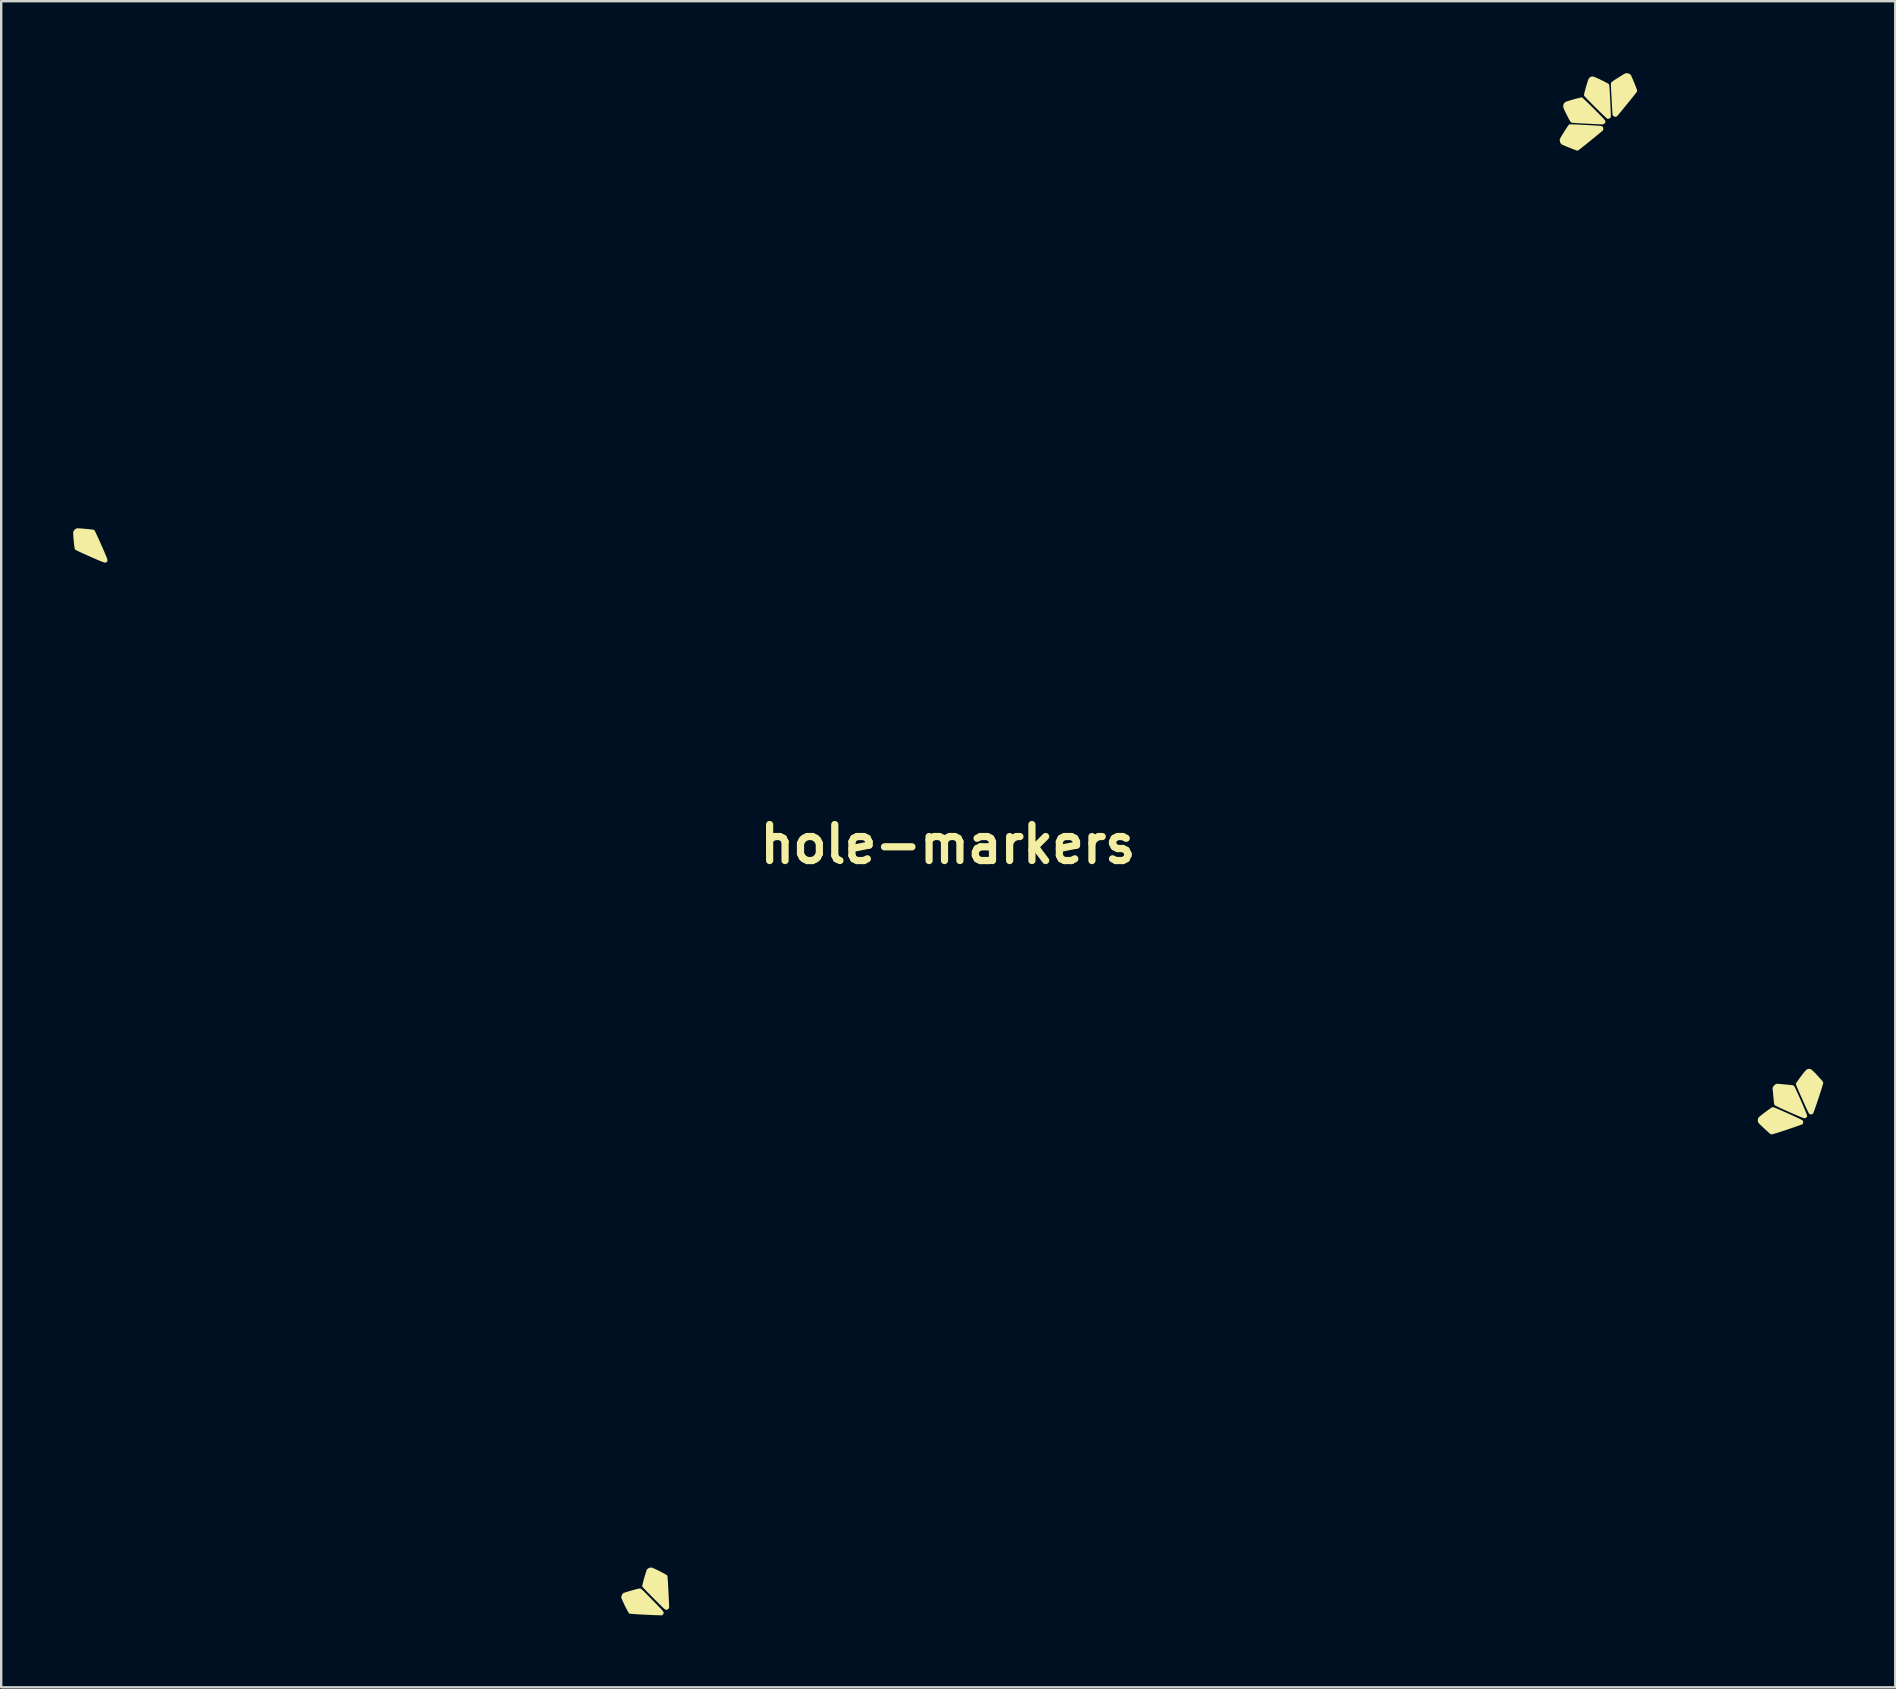
<source format=kicad_pcb>
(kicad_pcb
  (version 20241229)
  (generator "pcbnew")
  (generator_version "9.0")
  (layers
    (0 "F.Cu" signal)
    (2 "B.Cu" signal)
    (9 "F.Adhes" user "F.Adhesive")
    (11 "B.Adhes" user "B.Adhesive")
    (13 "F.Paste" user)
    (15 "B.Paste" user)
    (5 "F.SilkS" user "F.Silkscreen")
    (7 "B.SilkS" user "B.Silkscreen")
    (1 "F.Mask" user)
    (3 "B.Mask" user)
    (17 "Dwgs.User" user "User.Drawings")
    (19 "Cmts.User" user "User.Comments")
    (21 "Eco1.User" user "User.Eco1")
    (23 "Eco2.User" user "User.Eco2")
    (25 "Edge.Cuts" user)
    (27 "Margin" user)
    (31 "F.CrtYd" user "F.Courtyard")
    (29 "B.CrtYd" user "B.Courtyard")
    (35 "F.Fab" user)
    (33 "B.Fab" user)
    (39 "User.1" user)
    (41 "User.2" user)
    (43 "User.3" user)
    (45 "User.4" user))
  (footprint "hole-markers"
    (layer "F.Cu")
    (at 36.444 32.125)
    (property "Reference" "hole-markers" (at 0 0 0) (layer "F.SilkS") (effects (font (size 1.5 1.5) (thickness 0.3))))
    (attr board_only exclude_from_pos_files exclude_from_bom)
    (fp_poly (pts (xy 34.88 10.008) (xy 34.982 10.017) (xy 35.063 10.025) (xy 35.124 10.032) (xy 35.169 10.038) (xy 35.201 10.043) (xy 35.223 10.049) (xy 35.238 10.056) (xy 35.249 10.065) (xy 35.254 10.07) (xy 35.266 10.089) (xy 35.287 10.128) (xy 35.315 10.186) (xy 35.349 10.258) (xy 35.388 10.343) (xy 35.431 10.437) (xy 35.476 10.538) (xy 35.523 10.643) (xy 35.569 10.749) (xy 35.615 10.854) (xy 35.658 10.955) (xy 35.697 11.048) (xy 35.732 11.132) (xy 35.76 11.203) (xy 35.782 11.259) (xy 35.795 11.297) (xy 35.799 11.313) (xy 35.787 11.358) (xy 35.757 11.393) (xy 35.712 11.412) (xy 35.682 11.415) (xy 35.659 11.41) (xy 35.618 11.396) (xy 35.556 11.373) (xy 35.474 11.339) (xy 35.371 11.296) (xy 35.247 11.242) (xy 35.1 11.178) (xy 35.05 11.156) (xy 34.901 11.089) (xy 34.774 11.032) (xy 34.669 10.984) (xy 34.585 10.944) (xy 34.521 10.912) (xy 34.476 10.889) (xy 34.45 10.872) (xy 34.443 10.866) (xy 34.435 10.852) (xy 34.428 10.83) (xy 34.421 10.797) (xy 34.414 10.75) (xy 34.407 10.687) (xy 34.398 10.604) (xy 34.388 10.498) (xy 34.388 10.494) (xy 34.357 10.154) (xy 34.386 10.096) (xy 34.419 10.048) (xy 34.464 10.013) (xy 34.476 10.007) (xy 34.535 9.976)) (stroke (width 0) (type solid)) (fill yes) (layer "F.SilkS"))
    (fp_poly (pts (xy 34.37 10.951) (xy 34.391 10.956) (xy 34.423 10.966) (xy 34.467 10.983) (xy 34.524 11.006) (xy 34.598 11.037) (xy 34.688 11.076) (xy 34.797 11.125) (xy 34.927 11.182) (xy 34.982 11.207) (xy 35.098 11.259) (xy 35.208 11.309) (xy 35.308 11.356) (xy 35.398 11.398) (xy 35.475 11.434) (xy 35.536 11.464) (xy 35.578 11.486) (xy 35.601 11.499) (xy 35.603 11.501) (xy 35.627 11.54) (xy 35.635 11.587) (xy 35.625 11.633) (xy 35.61 11.657) (xy 35.594 11.666) (xy 35.556 11.682) (xy 35.499 11.703) (xy 35.427 11.729) (xy 35.342 11.76) (xy 35.246 11.793) (xy 35.143 11.828) (xy 35.035 11.865) (xy 34.926 11.902) (xy 34.817 11.938) (xy 34.712 11.972) (xy 34.613 12.004) (xy 34.524 12.032) (xy 34.447 12.055) (xy 34.385 12.073) (xy 34.341 12.085) (xy 34.317 12.09) (xy 34.316 12.09) (xy 34.283 12.081) (xy 34.242 12.053) (xy 34.215 12.029) (xy 34.095 11.92) (xy 33.993 11.826) (xy 33.91 11.747) (xy 33.846 11.685) (xy 33.8 11.639) (xy 33.773 11.609) (xy 33.768 11.602) (xy 33.748 11.553) (xy 33.742 11.493) (xy 33.751 11.434) (xy 33.768 11.394) (xy 33.786 11.374) (xy 33.82 11.343) (xy 33.869 11.302) (xy 33.928 11.255) (xy 33.993 11.204) (xy 34.062 11.152) (xy 34.131 11.101) (xy 34.197 11.053) (xy 34.256 11.012) (xy 34.305 10.979) (xy 34.34 10.958) (xy 34.357 10.95)) (stroke (width 0) (type solid)) (fill yes) (layer "F.SilkS"))
    (fp_poly (pts (xy -12.83 31.007) (xy -12.818 31.008) (xy -12.806 31.012) (xy -12.791 31.019) (xy -12.773 31.032) (xy -12.749 31.051) (xy -12.719 31.079) (xy -12.68 31.115) (xy -12.632 31.163) (xy -12.573 31.222) (xy -12.502 31.295) (xy -12.416 31.382) (xy -12.315 31.485) (xy -12.254 31.549) (xy -12.153 31.651) (xy -12.07 31.738) (xy -12.001 31.809) (xy -11.946 31.868) (xy -11.905 31.915) (xy -11.874 31.953) (xy -11.855 31.983) (xy -11.844 32.007) (xy -11.841 32.027) (xy -11.845 32.044) (xy -11.854 32.06) (xy -11.868 32.077) (xy -11.875 32.086) (xy -11.908 32.125) (xy -12.044 32.123) (xy -12.086 32.122) (xy -12.151 32.12) (xy -12.233 32.117) (xy -12.331 32.112) (xy -12.439 32.107) (xy -12.555 32.102) (xy -12.674 32.096) (xy -12.713 32.094) (xy -12.868 32.086) (xy -12.999 32.078) (xy -13.105 32.07) (xy -13.185 32.064) (xy -13.241 32.058) (xy -13.271 32.052) (xy -13.276 32.05) (xy -13.291 32.033) (xy -13.316 31.997) (xy -13.346 31.944) (xy -13.382 31.879) (xy -13.42 31.806) (xy -13.458 31.729) (xy -13.496 31.65) (xy -13.532 31.574) (xy -13.562 31.505) (xy -13.587 31.446) (xy -13.603 31.401) (xy -13.609 31.374) (xy -13.609 31.374) (xy -13.6 31.318) (xy -13.576 31.262) (xy -13.544 31.217) (xy -13.524 31.201) (xy -13.501 31.19) (xy -13.457 31.175) (xy -13.397 31.155) (xy -13.325 31.133) (xy -13.246 31.109) (xy -13.163 31.086) (xy -13.082 31.063) (xy -13.005 31.043) (xy -12.938 31.026) (xy -12.885 31.014) (xy -12.85 31.007) (xy -12.842 31.007)) (stroke (width 0) (type solid)) (fill yes) (layer "F.SilkS"))
    (fp_poly (pts (xy -12.348 30.134) (xy -12.32 30.143) (xy -12.275 30.161) (xy -12.216 30.187) (xy -12.147 30.219) (xy -12.072 30.256) (xy -11.995 30.294) (xy -11.92 30.333) (xy -11.85 30.37) (xy -11.788 30.404) (xy -11.74 30.433) (xy -11.708 30.454) (xy -11.697 30.464) (xy -11.692 30.475) (xy -11.687 30.496) (xy -11.683 30.528) (xy -11.678 30.573) (xy -11.673 30.633) (xy -11.668 30.711) (xy -11.662 30.807) (xy -11.656 30.923) (xy -11.648 31.063) (xy -11.645 31.122) (xy -11.639 31.247) (xy -11.633 31.365) (xy -11.628 31.474) (xy -11.623 31.571) (xy -11.619 31.653) (xy -11.616 31.717) (xy -11.615 31.762) (xy -11.614 31.785) (xy -11.614 31.786) (xy -11.625 31.828) (xy -11.655 31.864) (xy -11.697 31.889) (xy -11.736 31.896) (xy -11.747 31.896) (xy -11.759 31.893) (xy -11.773 31.887) (xy -11.79 31.875) (xy -11.812 31.858) (xy -11.842 31.832) (xy -11.879 31.797) (xy -11.927 31.752) (xy -11.986 31.694) (xy -12.058 31.623) (xy -12.144 31.536) (xy -12.247 31.434) (xy -12.257 31.424) (xy -12.353 31.328) (xy -12.441 31.238) (xy -12.521 31.157) (xy -12.591 31.084) (xy -12.649 31.023) (xy -12.693 30.975) (xy -12.723 30.94) (xy -12.737 30.922) (xy -12.738 30.92) (xy -12.737 30.899) (xy -12.729 30.857) (xy -12.716 30.8) (xy -12.698 30.73) (xy -12.677 30.651) (xy -12.654 30.569) (xy -12.63 30.487) (xy -12.607 30.408) (xy -12.585 30.337) (xy -12.565 30.279) (xy -12.549 30.236) (xy -12.538 30.213) (xy -12.497 30.174) (xy -12.442 30.146) (xy -12.382 30.133)) (stroke (width 0) (type solid)) (fill yes) (layer "F.SilkS"))
    (fp_poly (pts (xy 26.433 -31.106) (xy 26.463 -31.079) (xy 26.509 -31.038) (xy 26.567 -30.983) (xy 26.636 -30.917) (xy 26.714 -30.84) (xy 26.8 -30.756) (xy 26.892 -30.664) (xy 26.922 -30.635) (xy 27.028 -30.528) (xy 27.118 -30.437) (xy 27.193 -30.361) (xy 27.254 -30.299) (xy 27.301 -30.248) (xy 27.338 -30.207) (xy 27.364 -30.174) (xy 27.381 -30.148) (xy 27.391 -30.127) (xy 27.395 -30.109) (xy 27.393 -30.093) (xy 27.388 -30.077) (xy 27.38 -30.06) (xy 27.38 -30.059) (xy 27.35 -30.022) (xy 27.304 -29.998) (xy 27.253 -29.991) (xy 27.232 -29.992) (xy 27.188 -29.994) (xy 27.124 -29.997) (xy 27.044 -30.001) (xy 26.948 -30.006) (xy 26.84 -30.011) (xy 26.723 -30.017) (xy 26.601 -30.023) (xy 26.458 -30.031) (xy 26.338 -30.037) (xy 26.24 -30.043) (xy 26.16 -30.048) (xy 26.097 -30.052) (xy 26.049 -30.057) (xy 26.013 -30.061) (xy 25.988 -30.065) (xy 25.971 -30.07) (xy 25.96 -30.075) (xy 25.959 -30.076) (xy 25.942 -30.096) (xy 25.915 -30.139) (xy 25.878 -30.203) (xy 25.833 -30.288) (xy 25.782 -30.39) (xy 25.737 -30.481) (xy 25.702 -30.552) (xy 25.677 -30.607) (xy 25.658 -30.649) (xy 25.647 -30.682) (xy 25.64 -30.709) (xy 25.637 -30.733) (xy 25.636 -30.754) (xy 25.643 -30.819) (xy 25.667 -30.87) (xy 25.713 -30.914) (xy 25.726 -30.924) (xy 25.751 -30.935) (xy 25.795 -30.952) (xy 25.855 -30.971) (xy 25.926 -30.993) (xy 26.004 -31.016) (xy 26.086 -31.04) (xy 26.167 -31.062) (xy 26.243 -31.082) (xy 26.311 -31.098) (xy 26.365 -31.11) (xy 26.403 -31.116) (xy 26.418 -31.117)) (stroke (width 0) (type solid)) (fill yes) (layer "F.SilkS"))
    (fp_poly (pts (xy 26.896 -31.98) (xy 26.943 -31.965) (xy 27.001 -31.942) (xy 27.074 -31.909) (xy 27.166 -31.866) (xy 27.221 -31.839) (xy 27.332 -31.785) (xy 27.419 -31.739) (xy 27.483 -31.704) (xy 27.524 -31.678) (xy 27.541 -31.663) (xy 27.546 -31.652) (xy 27.551 -31.633) (xy 27.555 -31.604) (xy 27.559 -31.563) (xy 27.564 -31.509) (xy 27.569 -31.438) (xy 27.574 -31.35) (xy 27.58 -31.242) (xy 27.587 -31.113) (xy 27.594 -30.981) (xy 27.6 -30.854) (xy 27.605 -30.734) (xy 27.61 -30.623) (xy 27.614 -30.525) (xy 27.616 -30.441) (xy 27.618 -30.374) (xy 27.619 -30.327) (xy 27.619 -30.302) (xy 27.618 -30.3) (xy 27.598 -30.266) (xy 27.562 -30.24) (xy 27.519 -30.225) (xy 27.477 -30.225) (xy 27.469 -30.228) (xy 27.453 -30.24) (xy 27.421 -30.268) (xy 27.376 -30.31) (xy 27.319 -30.364) (xy 27.254 -30.427) (xy 27.18 -30.498) (xy 27.102 -30.575) (xy 27.021 -30.655) (xy 26.939 -30.736) (xy 26.859 -30.817) (xy 26.782 -30.895) (xy 26.71 -30.967) (xy 26.646 -31.033) (xy 26.592 -31.089) (xy 26.55 -31.134) (xy 26.522 -31.166) (xy 26.509 -31.182) (xy 26.509 -31.182) (xy 26.504 -31.196) (xy 26.502 -31.211) (xy 26.503 -31.231) (xy 26.507 -31.259) (xy 26.515 -31.298) (xy 26.529 -31.351) (xy 26.548 -31.421) (xy 26.573 -31.511) (xy 26.583 -31.549) (xy 26.614 -31.656) (xy 26.639 -31.741) (xy 26.661 -31.808) (xy 26.68 -31.858) (xy 26.698 -31.896) (xy 26.717 -31.923) (xy 26.737 -31.943) (xy 26.759 -31.959) (xy 26.773 -31.967) (xy 26.801 -31.979) (xy 26.828 -31.986) (xy 26.859 -31.986)) (stroke (width 0) (type solid)) (fill yes) (layer "F.SilkS"))
    (fp_poly (pts (xy -36.218 -13.163) (xy -36.155 -13.159) (xy -36.079 -13.154) (xy -35.993 -13.147) (xy -35.916 -13.14) (xy -35.816 -13.13) (xy -35.737 -13.122) (xy -35.678 -13.116) (xy -35.635 -13.11) (xy -35.605 -13.104) (xy -35.584 -13.097) (xy -35.57 -13.09) (xy -35.56 -13.081) (xy -35.558 -13.079) (xy -35.547 -13.062) (xy -35.527 -13.024) (xy -35.5 -12.967) (xy -35.465 -12.894) (xy -35.425 -12.807) (xy -35.38 -12.708) (xy -35.331 -12.6) (xy -35.28 -12.485) (xy -35.266 -12.454) (xy -35.206 -12.317) (xy -35.155 -12.202) (xy -35.114 -12.105) (xy -35.08 -12.026) (xy -35.054 -11.962) (xy -35.036 -11.912) (xy -35.024 -11.873) (xy -35.017 -11.842) (xy -35.016 -11.82) (xy -35.019 -11.802) (xy -35.026 -11.787) (xy -35.036 -11.774) (xy -35.047 -11.762) (xy -35.06 -11.75) (xy -35.074 -11.741) (xy -35.091 -11.736) (xy -35.114 -11.735) (xy -35.143 -11.74) (xy -35.181 -11.75) (xy -35.23 -11.767) (xy -35.291 -11.791) (xy -35.368 -11.822) (xy -35.461 -11.862) (xy -35.572 -11.911) (xy -35.705 -11.969) (xy -35.762 -11.994) (xy -35.916 -12.063) (xy -36.047 -12.122) (xy -36.155 -12.171) (xy -36.24 -12.212) (xy -36.304 -12.244) (xy -36.346 -12.267) (xy -36.367 -12.281) (xy -36.369 -12.283) (xy -36.377 -12.305) (xy -36.386 -12.348) (xy -36.396 -12.409) (xy -36.406 -12.482) (xy -36.415 -12.563) (xy -36.424 -12.65) (xy -36.432 -12.736) (xy -36.438 -12.818) (xy -36.443 -12.893) (xy -36.444 -12.955) (xy -36.444 -13) (xy -36.441 -13.022) (xy -36.419 -13.065) (xy -36.382 -13.108) (xy -36.336 -13.143) (xy -36.292 -13.163) (xy -36.287 -13.164) (xy -36.263 -13.164)) (stroke (width 0) (type solid)) (fill yes) (layer "F.SilkS"))
    (fp_poly (pts (xy 35.904 9.359) (xy 35.936 9.367) (xy 35.968 9.384) (xy 36.006 9.411) (xy 36.05 9.45) (xy 36.104 9.504) (xy 36.171 9.575) (xy 36.195 9.6) (xy 36.271 9.683) (xy 36.332 9.749) (xy 36.379 9.802) (xy 36.414 9.843) (xy 36.438 9.874) (xy 36.454 9.898) (xy 36.463 9.917) (xy 36.467 9.933) (xy 36.467 9.944) (xy 36.463 9.966) (xy 36.452 10.009) (xy 36.434 10.07) (xy 36.411 10.146) (xy 36.383 10.234) (xy 36.352 10.332) (xy 36.318 10.436) (xy 36.283 10.545) (xy 36.246 10.654) (xy 36.21 10.761) (xy 36.175 10.864) (xy 36.143 10.959) (xy 36.113 11.044) (xy 36.087 11.115) (xy 36.066 11.17) (xy 36.051 11.207) (xy 36.043 11.221) (xy 36 11.251) (xy 35.952 11.256) (xy 35.909 11.242) (xy 35.894 11.233) (xy 35.881 11.221) (xy 35.866 11.202) (xy 35.85 11.174) (xy 35.829 11.134) (xy 35.803 11.079) (xy 35.769 11.006) (xy 35.733 10.927) (xy 35.658 10.758) (xy 35.592 10.611) (xy 35.535 10.485) (xy 35.487 10.377) (xy 35.447 10.286) (xy 35.414 10.21) (xy 35.387 10.148) (xy 35.366 10.099) (xy 35.351 10.06) (xy 35.34 10.03) (xy 35.333 10.009) (xy 35.329 9.993) (xy 35.328 9.982) (xy 35.329 9.974) (xy 35.329 9.973) (xy 35.338 9.955) (xy 35.361 9.919) (xy 35.395 9.87) (xy 35.438 9.809) (xy 35.487 9.741) (xy 35.534 9.678) (xy 35.603 9.586) (xy 35.66 9.513) (xy 35.707 9.457) (xy 35.746 9.416) (xy 35.78 9.387) (xy 35.81 9.369) (xy 35.839 9.36) (xy 35.869 9.357) (xy 35.872 9.357)) (stroke (width 0) (type solid)) (fill yes) (layer "F.SilkS"))
    (fp_poly (pts (xy 28.29 -32.125) (xy 28.361 -32.115) (xy 28.42 -32.083) (xy 28.445 -32.059) (xy 28.457 -32.04) (xy 28.476 -32.002) (xy 28.5 -31.947) (xy 28.529 -31.881) (xy 28.561 -31.806) (xy 28.593 -31.728) (xy 28.625 -31.65) (xy 28.654 -31.576) (xy 28.679 -31.509) (xy 28.699 -31.454) (xy 28.712 -31.415) (xy 28.716 -31.397) (xy 28.71 -31.366) (xy 28.703 -31.348) (xy 28.691 -31.332) (xy 28.666 -31.299) (xy 28.628 -31.25) (xy 28.58 -31.19) (xy 28.523 -31.119) (xy 28.459 -31.04) (xy 28.391 -30.956) (xy 28.32 -30.869) (xy 28.248 -30.781) (xy 28.177 -30.694) (xy 28.11 -30.611) (xy 28.047 -30.535) (xy 27.99 -30.467) (xy 27.943 -30.41) (xy 27.906 -30.367) (xy 27.882 -30.339) (xy 27.873 -30.33) (xy 27.829 -30.309) (xy 27.782 -30.311) (xy 27.736 -30.334) (xy 27.724 -30.344) (xy 27.701 -30.372) (xy 27.688 -30.394) (xy 27.687 -30.398) (xy 27.686 -30.414) (xy 27.684 -30.453) (xy 27.681 -30.512) (xy 27.676 -30.588) (xy 27.671 -30.681) (xy 27.665 -30.786) (xy 27.659 -30.902) (xy 27.652 -31.027) (xy 27.65 -31.057) (xy 27.642 -31.205) (xy 27.635 -31.329) (xy 27.63 -31.432) (xy 27.626 -31.516) (xy 27.624 -31.583) (xy 27.622 -31.634) (xy 27.623 -31.673) (xy 27.624 -31.7) (xy 27.626 -31.719) (xy 27.63 -31.731) (xy 27.631 -31.732) (xy 27.648 -31.751) (xy 27.687 -31.781) (xy 27.745 -31.823) (xy 27.823 -31.874) (xy 27.912 -31.931) (xy 28.001 -31.987) (xy 28.072 -32.031) (xy 28.127 -32.065) (xy 28.168 -32.089) (xy 28.2 -32.106) (xy 28.223 -32.116) (xy 28.242 -32.122) (xy 28.259 -32.125) (xy 28.276 -32.125)) (stroke (width 0) (type solid)) (fill yes) (layer "F.SilkS"))
    (fp_poly (pts (xy 25.991 -29.996) (xy 26.042 -29.995) (xy 26.109 -29.992) (xy 26.193 -29.988) (xy 26.296 -29.983) (xy 26.42 -29.976) (xy 26.519 -29.971) (xy 26.672 -29.963) (xy 26.802 -29.956) (xy 26.91 -29.949) (xy 26.999 -29.944) (xy 27.071 -29.939) (xy 27.128 -29.935) (xy 27.172 -29.93) (xy 27.204 -29.926) (xy 27.228 -29.921) (xy 27.245 -29.916) (xy 27.257 -29.91) (xy 27.266 -29.903) (xy 27.274 -29.895) (xy 27.276 -29.894) (xy 27.299 -29.855) (xy 27.306 -29.808) (xy 27.298 -29.762) (xy 27.284 -29.738) (xy 27.268 -29.724) (xy 27.235 -29.695) (xy 27.187 -29.655) (xy 27.126 -29.604) (xy 27.055 -29.546) (xy 26.976 -29.481) (xy 26.892 -29.413) (xy 26.804 -29.341) (xy 26.716 -29.27) (xy 26.629 -29.2) (xy 26.547 -29.133) (xy 26.47 -29.072) (xy 26.403 -29.018) (xy 26.346 -28.974) (xy 26.303 -28.94) (xy 26.275 -28.92) (xy 26.267 -28.914) (xy 26.238 -28.901) (xy 26.22 -28.896) (xy 26.205 -28.901) (xy 26.17 -28.914) (xy 26.118 -28.933) (xy 26.052 -28.959) (xy 25.976 -28.989) (xy 25.905 -29.017) (xy 25.821 -29.051) (xy 25.744 -29.082) (xy 25.677 -29.11) (xy 25.624 -29.133) (xy 25.588 -29.149) (xy 25.574 -29.156) (xy 25.537 -29.193) (xy 25.508 -29.246) (xy 25.491 -29.304) (xy 25.489 -29.332) (xy 25.49 -29.351) (xy 25.494 -29.371) (xy 25.504 -29.396) (xy 25.519 -29.428) (xy 25.542 -29.47) (xy 25.575 -29.524) (xy 25.618 -29.595) (xy 25.667 -29.673) (xy 25.715 -29.751) (xy 25.762 -29.822) (xy 25.803 -29.884) (xy 25.837 -29.933) (xy 25.862 -29.967) (xy 25.874 -29.981) (xy 25.882 -29.986) (xy 25.891 -29.99) (xy 25.905 -29.993) (xy 25.924 -29.995) (xy 25.952 -29.996)) (stroke (width 0) (type solid)) (fill yes) (layer "F.SilkS")))
  (gr_rect
    (start -3 -3)
    (end 75.912 67.25)
    (stroke (width 0.1) (type default))
    (fill no)
    (layer "Edge.Cuts")))
</source>
